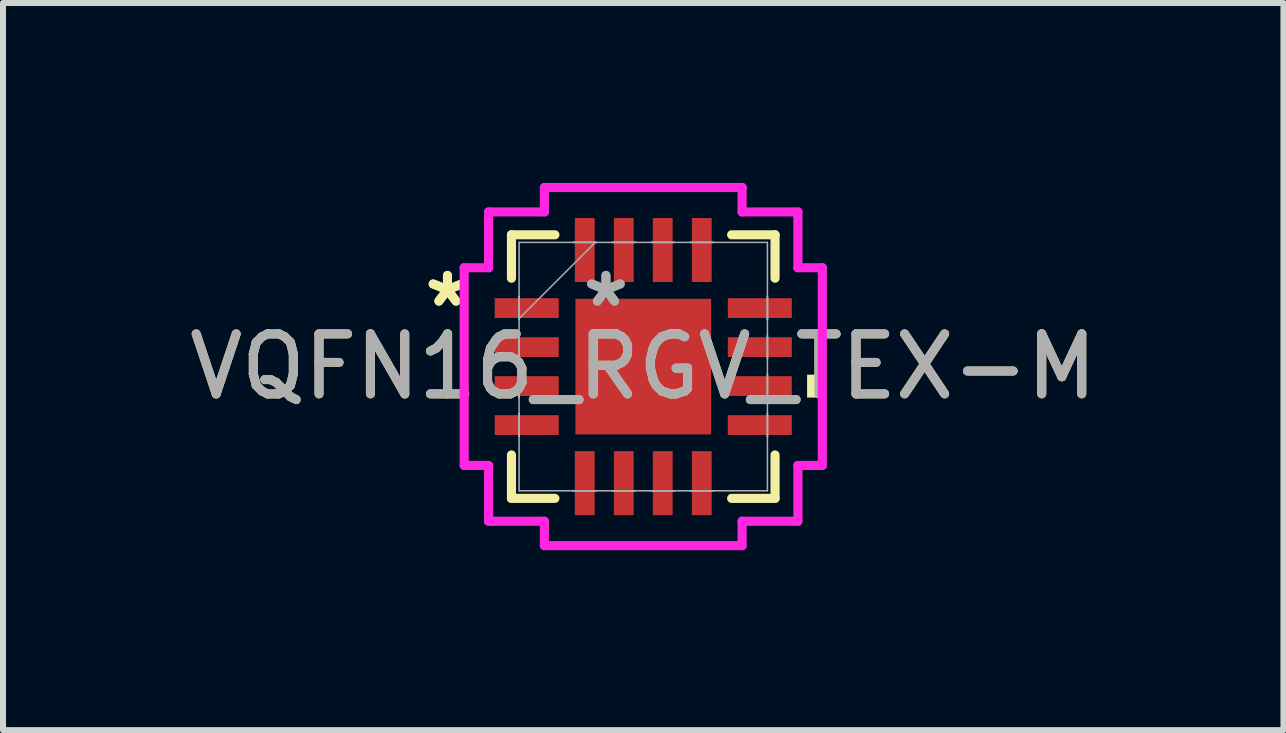
<source format=kicad_pcb>
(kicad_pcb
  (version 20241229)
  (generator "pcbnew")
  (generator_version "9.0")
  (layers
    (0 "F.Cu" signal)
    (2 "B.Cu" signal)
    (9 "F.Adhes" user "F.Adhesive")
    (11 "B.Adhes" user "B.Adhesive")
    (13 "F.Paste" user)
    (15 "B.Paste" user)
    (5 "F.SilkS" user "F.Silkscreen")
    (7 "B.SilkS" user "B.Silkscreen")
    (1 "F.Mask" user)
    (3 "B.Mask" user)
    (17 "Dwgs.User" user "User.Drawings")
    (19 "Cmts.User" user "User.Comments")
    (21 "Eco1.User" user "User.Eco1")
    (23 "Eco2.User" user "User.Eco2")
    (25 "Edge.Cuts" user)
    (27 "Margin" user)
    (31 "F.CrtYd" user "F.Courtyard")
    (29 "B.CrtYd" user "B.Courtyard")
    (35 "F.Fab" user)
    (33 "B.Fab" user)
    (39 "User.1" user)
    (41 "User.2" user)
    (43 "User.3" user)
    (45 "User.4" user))
  (footprint "VQFN16_RGV_TEX-M"
    (layer "F.Cu")
    (at 7.673 3.061)
    (property "Reference" "VQFN16_RGV_TEX-M" (at 0 0 0) (unlocked yes) (layer "F.SilkS") (effects (font (size 1 1) (thickness 0.15))))
    (attr smd)
    (fp_line (start -2.197 -2.197) (end -2.197 -1.473) (stroke (width 0.152) (type solid)) (layer "F.SilkS"))
    (fp_line (start -2.197 1.473) (end -2.197 2.197) (stroke (width 0.152) (type solid)) (layer "F.SilkS"))
    (fp_line (start -2.197 2.197) (end -1.473 2.197) (stroke (width 0.152) (type solid)) (layer "F.SilkS"))
    (fp_line (start -1.473 -2.197) (end -2.197 -2.197) (stroke (width 0.152) (type solid)) (layer "F.SilkS"))
    (fp_line (start 1.473 2.197) (end 2.197 2.197) (stroke (width 0.152) (type solid)) (layer "F.SilkS"))
    (fp_line (start 2.197 -2.197) (end 1.473 -2.197) (stroke (width 0.152) (type solid)) (layer "F.SilkS"))
    (fp_line (start 2.197 -1.473) (end 2.197 -2.197) (stroke (width 0.152) (type solid)) (layer "F.SilkS"))
    (fp_line (start 2.197 2.197) (end 2.197 1.473) (stroke (width 0.152) (type solid)) (layer "F.SilkS"))
    (fp_poly (pts (xy 2.985 0.135) (xy 2.985 0.516) (xy 2.731 0.516) (xy 2.731 0.135)) (stroke (width 0) (type solid)) (fill yes) (layer "F.SilkS"))
    (fp_line (start -2.985 -1.648) (end -2.578 -1.648) (stroke (width 0.152) (type solid)) (layer "F.CrtYd"))
    (fp_line (start -2.985 1.648) (end -2.985 -1.648) (stroke (width 0.152) (type solid)) (layer "F.CrtYd"))
    (fp_line (start -2.578 -2.578) (end -1.648 -2.578) (stroke (width 0.152) (type solid)) (layer "F.CrtYd"))
    (fp_line (start -2.578 -1.648) (end -2.578 -2.578) (stroke (width 0.152) (type solid)) (layer "F.CrtYd"))
    (fp_line (start -2.578 1.648) (end -2.985 1.648) (stroke (width 0.152) (type solid)) (layer "F.CrtYd"))
    (fp_line (start -2.578 2.578) (end -2.578 1.648) (stroke (width 0.152) (type solid)) (layer "F.CrtYd"))
    (fp_line (start -1.648 -2.985) (end 1.648 -2.985) (stroke (width 0.152) (type solid)) (layer "F.CrtYd"))
    (fp_line (start -1.648 -2.578) (end -1.648 -2.985) (stroke (width 0.152) (type solid)) (layer "F.CrtYd"))
    (fp_line (start -1.648 2.578) (end -2.578 2.578) (stroke (width 0.152) (type solid)) (layer "F.CrtYd"))
    (fp_line (start -1.648 2.985) (end -1.648 2.578) (stroke (width 0.152) (type solid)) (layer "F.CrtYd"))
    (fp_line (start 1.648 -2.985) (end 1.648 -2.578) (stroke (width 0.152) (type solid)) (layer "F.CrtYd"))
    (fp_line (start 1.648 -2.578) (end 2.578 -2.578) (stroke (width 0.152) (type solid)) (layer "F.CrtYd"))
    (fp_line (start 1.648 2.578) (end 1.648 2.985) (stroke (width 0.152) (type solid)) (layer "F.CrtYd"))
    (fp_line (start 1.648 2.985) (end -1.648 2.985) (stroke (width 0.152) (type solid)) (layer "F.CrtYd"))
    (fp_line (start 2.578 -2.578) (end 2.578 -1.648) (stroke (width 0.152) (type solid)) (layer "F.CrtYd"))
    (fp_line (start 2.578 -1.648) (end 2.985 -1.648) (stroke (width 0.152) (type solid)) (layer "F.CrtYd"))
    (fp_line (start 2.578 1.648) (end 2.578 2.578) (stroke (width 0.152) (type solid)) (layer "F.CrtYd"))
    (fp_line (start 2.578 2.578) (end 1.648 2.578) (stroke (width 0.152) (type solid)) (layer "F.CrtYd"))
    (fp_line (start 2.985 -1.648) (end 2.985 1.648) (stroke (width 0.152) (type solid)) (layer "F.CrtYd"))
    (fp_line (start 2.985 1.648) (end 2.578 1.648) (stroke (width 0.152) (type solid)) (layer "F.CrtYd"))
    (fp_line (start -2.07 -2.07) (end -2.07 2.07) (stroke (width 0.025) (type solid)) (layer "F.Fab"))
    (fp_line (start -2.07 -1.165) (end -2.07 -1.165) (stroke (width 0.025) (type solid)) (layer "F.Fab"))
    (fp_line (start -2.07 -1.165) (end -2.07 -0.784) (stroke (width 0.025) (type solid)) (layer "F.Fab"))
    (fp_line (start -2.07 -0.8) (end -0.8 -2.07) (stroke (width 0.025) (type solid)) (layer "F.Fab"))
    (fp_line (start -2.07 -0.784) (end -2.07 -1.165) (stroke (width 0.025) (type solid)) (layer "F.Fab"))
    (fp_line (start -2.07 -0.784) (end -2.07 -0.784) (stroke (width 0.025) (type solid)) (layer "F.Fab"))
    (fp_line (start -2.07 -0.515) (end -2.07 -0.515) (stroke (width 0.025) (type solid)) (layer "F.Fab"))
    (fp_line (start -2.07 -0.515) (end -2.07 -0.135) (stroke (width 0.025) (type solid)) (layer "F.Fab"))
    (fp_line (start -2.07 -0.135) (end -2.07 -0.515) (stroke (width 0.025) (type solid)) (layer "F.Fab"))
    (fp_line (start -2.07 -0.135) (end -2.07 -0.135) (stroke (width 0.025) (type solid)) (layer "F.Fab"))
    (fp_line (start -2.07 0.135) (end -2.07 0.135) (stroke (width 0.025) (type solid)) (layer "F.Fab"))
    (fp_line (start -2.07 0.135) (end -2.07 0.515) (stroke (width 0.025) (type solid)) (layer "F.Fab"))
    (fp_line (start -2.07 0.515) (end -2.07 0.135) (stroke (width 0.025) (type solid)) (layer "F.Fab"))
    (fp_line (start -2.07 0.515) (end -2.07 0.515) (stroke (width 0.025) (type solid)) (layer "F.Fab"))
    (fp_line (start -2.07 0.784) (end -2.07 0.784) (stroke (width 0.025) (type solid)) (layer "F.Fab"))
    (fp_line (start -2.07 0.784) (end -2.07 1.165) (stroke (width 0.025) (type solid)) (layer "F.Fab"))
    (fp_line (start -2.07 1.165) (end -2.07 0.784) (stroke (width 0.025) (type solid)) (layer "F.Fab"))
    (fp_line (start -2.07 1.165) (end -2.07 1.165) (stroke (width 0.025) (type solid)) (layer "F.Fab"))
    (fp_line (start -2.07 2.07) (end 2.07 2.07) (stroke (width 0.025) (type solid)) (layer "F.Fab"))
    (fp_line (start -1.165 -2.07) (end -1.165 -2.07) (stroke (width 0.025) (type solid)) (layer "F.Fab"))
    (fp_line (start -1.165 -2.07) (end -0.784 -2.07) (stroke (width 0.025) (type solid)) (layer "F.Fab"))
    (fp_line (start -1.165 2.07) (end -1.165 2.07) (stroke (width 0.025) (type solid)) (layer "F.Fab"))
    (fp_line (start -1.165 2.07) (end -0.784 2.07) (stroke (width 0.025) (type solid)) (layer "F.Fab"))
    (fp_line (start -0.784 -2.07) (end -1.165 -2.07) (stroke (width 0.025) (type solid)) (layer "F.Fab"))
    (fp_line (start -0.784 -2.07) (end -0.784 -2.07) (stroke (width 0.025) (type solid)) (layer "F.Fab"))
    (fp_line (start -0.784 2.07) (end -1.165 2.07) (stroke (width 0.025) (type solid)) (layer "F.Fab"))
    (fp_line (start -0.784 2.07) (end -0.784 2.07) (stroke (width 0.025) (type solid)) (layer "F.Fab"))
    (fp_line (start -0.515 -2.07) (end -0.515 -2.07) (stroke (width 0.025) (type solid)) (layer "F.Fab"))
    (fp_line (start -0.515 -2.07) (end -0.135 -2.07) (stroke (width 0.025) (type solid)) (layer "F.Fab"))
    (fp_line (start -0.515 2.07) (end -0.515 2.07) (stroke (width 0.025) (type solid)) (layer "F.Fab"))
    (fp_line (start -0.515 2.07) (end -0.135 2.07) (stroke (width 0.025) (type solid)) (layer "F.Fab"))
    (fp_line (start -0.135 -2.07) (end -0.515 -2.07) (stroke (width 0.025) (type solid)) (layer "F.Fab"))
    (fp_line (start -0.135 -2.07) (end -0.135 -2.07) (stroke (width 0.025) (type solid)) (layer "F.Fab"))
    (fp_line (start -0.135 2.07) (end -0.515 2.07) (stroke (width 0.025) (type solid)) (layer "F.Fab"))
    (fp_line (start -0.135 2.07) (end -0.135 2.07) (stroke (width 0.025) (type solid)) (layer "F.Fab"))
    (fp_line (start 0.135 -2.07) (end 0.135 -2.07) (stroke (width 0.025) (type solid)) (layer "F.Fab"))
    (fp_line (start 0.135 -2.07) (end 0.515 -2.07) (stroke (width 0.025) (type solid)) (layer "F.Fab"))
    (fp_line (start 0.135 2.07) (end 0.135 2.07) (stroke (width 0.025) (type solid)) (layer "F.Fab"))
    (fp_line (start 0.135 2.07) (end 0.515 2.07) (stroke (width 0.025) (type solid)) (layer "F.Fab"))
    (fp_line (start 0.515 -2.07) (end 0.135 -2.07) (stroke (width 0.025) (type solid)) (layer "F.Fab"))
    (fp_line (start 0.515 -2.07) (end 0.515 -2.07) (stroke (width 0.025) (type solid)) (layer "F.Fab"))
    (fp_line (start 0.515 2.07) (end 0.135 2.07) (stroke (width 0.025) (type solid)) (layer "F.Fab"))
    (fp_line (start 0.515 2.07) (end 0.515 2.07) (stroke (width 0.025) (type solid)) (layer "F.Fab"))
    (fp_line (start 0.784 -2.07) (end 0.784 -2.07) (stroke (width 0.025) (type solid)) (layer "F.Fab"))
    (fp_line (start 0.784 -2.07) (end 1.165 -2.07) (stroke (width 0.025) (type solid)) (layer "F.Fab"))
    (fp_line (start 0.784 2.07) (end 0.784 2.07) (stroke (width 0.025) (type solid)) (layer "F.Fab"))
    (fp_line (start 0.784 2.07) (end 1.165 2.07) (stroke (width 0.025) (type solid)) (layer "F.Fab"))
    (fp_line (start 1.165 -2.07) (end 0.784 -2.07) (stroke (width 0.025) (type solid)) (layer "F.Fab"))
    (fp_line (start 1.165 -2.07) (end 1.165 -2.07) (stroke (width 0.025) (type solid)) (layer "F.Fab"))
    (fp_line (start 1.165 2.07) (end 0.784 2.07) (stroke (width 0.025) (type solid)) (layer "F.Fab"))
    (fp_line (start 1.165 2.07) (end 1.165 2.07) (stroke (width 0.025) (type solid)) (layer "F.Fab"))
    (fp_line (start 2.07 -2.07) (end -2.07 -2.07) (stroke (width 0.025) (type solid)) (layer "F.Fab"))
    (fp_line (start 2.07 -1.165) (end 2.07 -1.165) (stroke (width 0.025) (type solid)) (layer "F.Fab"))
    (fp_line (start 2.07 -1.165) (end 2.07 -0.784) (stroke (width 0.025) (type solid)) (layer "F.Fab"))
    (fp_line (start 2.07 -0.784) (end 2.07 -1.165) (stroke (width 0.025) (type solid)) (layer "F.Fab"))
    (fp_line (start 2.07 -0.784) (end 2.07 -0.784) (stroke (width 0.025) (type solid)) (layer "F.Fab"))
    (fp_line (start 2.07 -0.515) (end 2.07 -0.515) (stroke (width 0.025) (type solid)) (layer "F.Fab"))
    (fp_line (start 2.07 -0.515) (end 2.07 -0.135) (stroke (width 0.025) (type solid)) (layer "F.Fab"))
    (fp_line (start 2.07 -0.135) (end 2.07 -0.515) (stroke (width 0.025) (type solid)) (layer "F.Fab"))
    (fp_line (start 2.07 -0.135) (end 2.07 -0.135) (stroke (width 0.025) (type solid)) (layer "F.Fab"))
    (fp_line (start 2.07 0.135) (end 2.07 0.135) (stroke (width 0.025) (type solid)) (layer "F.Fab"))
    (fp_line (start 2.07 0.135) (end 2.07 0.515) (stroke (width 0.025) (type solid)) (layer "F.Fab"))
    (fp_line (start 2.07 0.515) (end 2.07 0.135) (stroke (width 0.025) (type solid)) (layer "F.Fab"))
    (fp_line (start 2.07 0.515) (end 2.07 0.515) (stroke (width 0.025) (type solid)) (layer "F.Fab"))
    (fp_line (start 2.07 0.784) (end 2.07 0.784) (stroke (width 0.025) (type solid)) (layer "F.Fab"))
    (fp_line (start 2.07 0.784) (end 2.07 1.165) (stroke (width 0.025) (type solid)) (layer "F.Fab"))
    (fp_line (start 2.07 1.165) (end 2.07 0.784) (stroke (width 0.025) (type solid)) (layer "F.Fab"))
    (fp_line (start 2.07 1.165) (end 2.07 1.165) (stroke (width 0.025) (type solid)) (layer "F.Fab"))
    (fp_line (start 2.07 2.07) (end 2.07 -2.07) (stroke (width 0.025) (type solid)) (layer "F.Fab"))
    (fp_text user "*" (at -3.264 -0.975 0) (layer "F.SilkS") (effects (font (size 1 1) (thickness 0.15))))
    (fp_text user "*" (at -3.264 -0.975 0) (unlocked yes) (layer "F.SilkS") (effects (font (size 1 1) (thickness 0.15))))
    (fp_text user "*" (at -0.622 -0.975 0) (unlocked yes) (layer "F.Fab") (effects (font (size 1 1) (thickness 0.15))))
    (fp_text user "*" (at -0.622 -0.975 0) (layer "F.Fab") (effects (font (size 1 1) (thickness 0.15))))
    (fp_text user "${REFERENCE}" (at 0 0 0) (unlocked yes) (layer "F.Fab") (effects (font (size 1 1) (thickness 0.15))))
    (pad "1" smd rect (at -1.943 -0.975 90) (size 0.33 1.067) (layers "F.Cu" "F.Mask" "F.Paste"))
    (pad "2" smd rect (at -1.943 -0.325 90) (size 0.33 1.067) (layers "F.Cu" "F.Mask" "F.Paste"))
    (pad "3" smd rect (at -1.943 0.325 90) (size 0.33 1.067) (layers "F.Cu" "F.Mask" "F.Paste"))
    (pad "4" smd rect (at -1.943 0.975 90) (size 0.33 1.067) (layers "F.Cu" "F.Mask" "F.Paste"))
    (pad "5" smd rect (at -0.975 1.943) (size 0.33 1.067) (layers "F.Cu" "F.Mask" "F.Paste"))
    (pad "6" smd rect (at -0.325 1.943) (size 0.33 1.067) (layers "F.Cu" "F.Mask" "F.Paste"))
    (pad "7" smd rect (at 0.325 1.943) (size 0.33 1.067) (layers "F.Cu" "F.Mask" "F.Paste"))
    (pad "8" smd rect (at 0.975 1.943) (size 0.33 1.067) (layers "F.Cu" "F.Mask" "F.Paste"))
    (pad "9" smd rect (at 1.943 0.975 90) (size 0.33 1.067) (layers "F.Cu" "F.Mask" "F.Paste"))
    (pad "10" smd rect (at 1.943 0.325 90) (size 0.33 1.067) (layers "F.Cu" "F.Mask" "F.Paste"))
    (pad "11" smd rect (at 1.943 -0.325 90) (size 0.33 1.067) (layers "F.Cu" "F.Mask" "F.Paste"))
    (pad "12" smd rect (at 1.943 -0.975 90) (size 0.33 1.067) (layers "F.Cu" "F.Mask" "F.Paste"))
    (pad "13" smd rect (at 0.975 -1.943) (size 0.33 1.067) (layers "F.Cu" "F.Mask" "F.Paste"))
    (pad "14" smd rect (at 0.325 -1.943) (size 0.33 1.067) (layers "F.Cu" "F.Mask" "F.Paste"))
    (pad "15" smd rect (at -0.325 -1.943) (size 0.33 1.067) (layers "F.Cu" "F.Mask" "F.Paste"))
    (pad "16" smd rect (at -0.975 -1.943) (size 0.33 1.067) (layers "F.Cu" "F.Mask" "F.Paste"))
    (pad "17" smd rect (at 0 0) (size 2.261 2.261) (layers "F.Cu" "F.Mask" "F.Paste")))
  (gr_rect
    (start -3 -3)
    (end 18.345 9.121)
    (stroke (width 0.1) (type default))
    (fill no)
    (layer "Edge.Cuts")))
</source>
